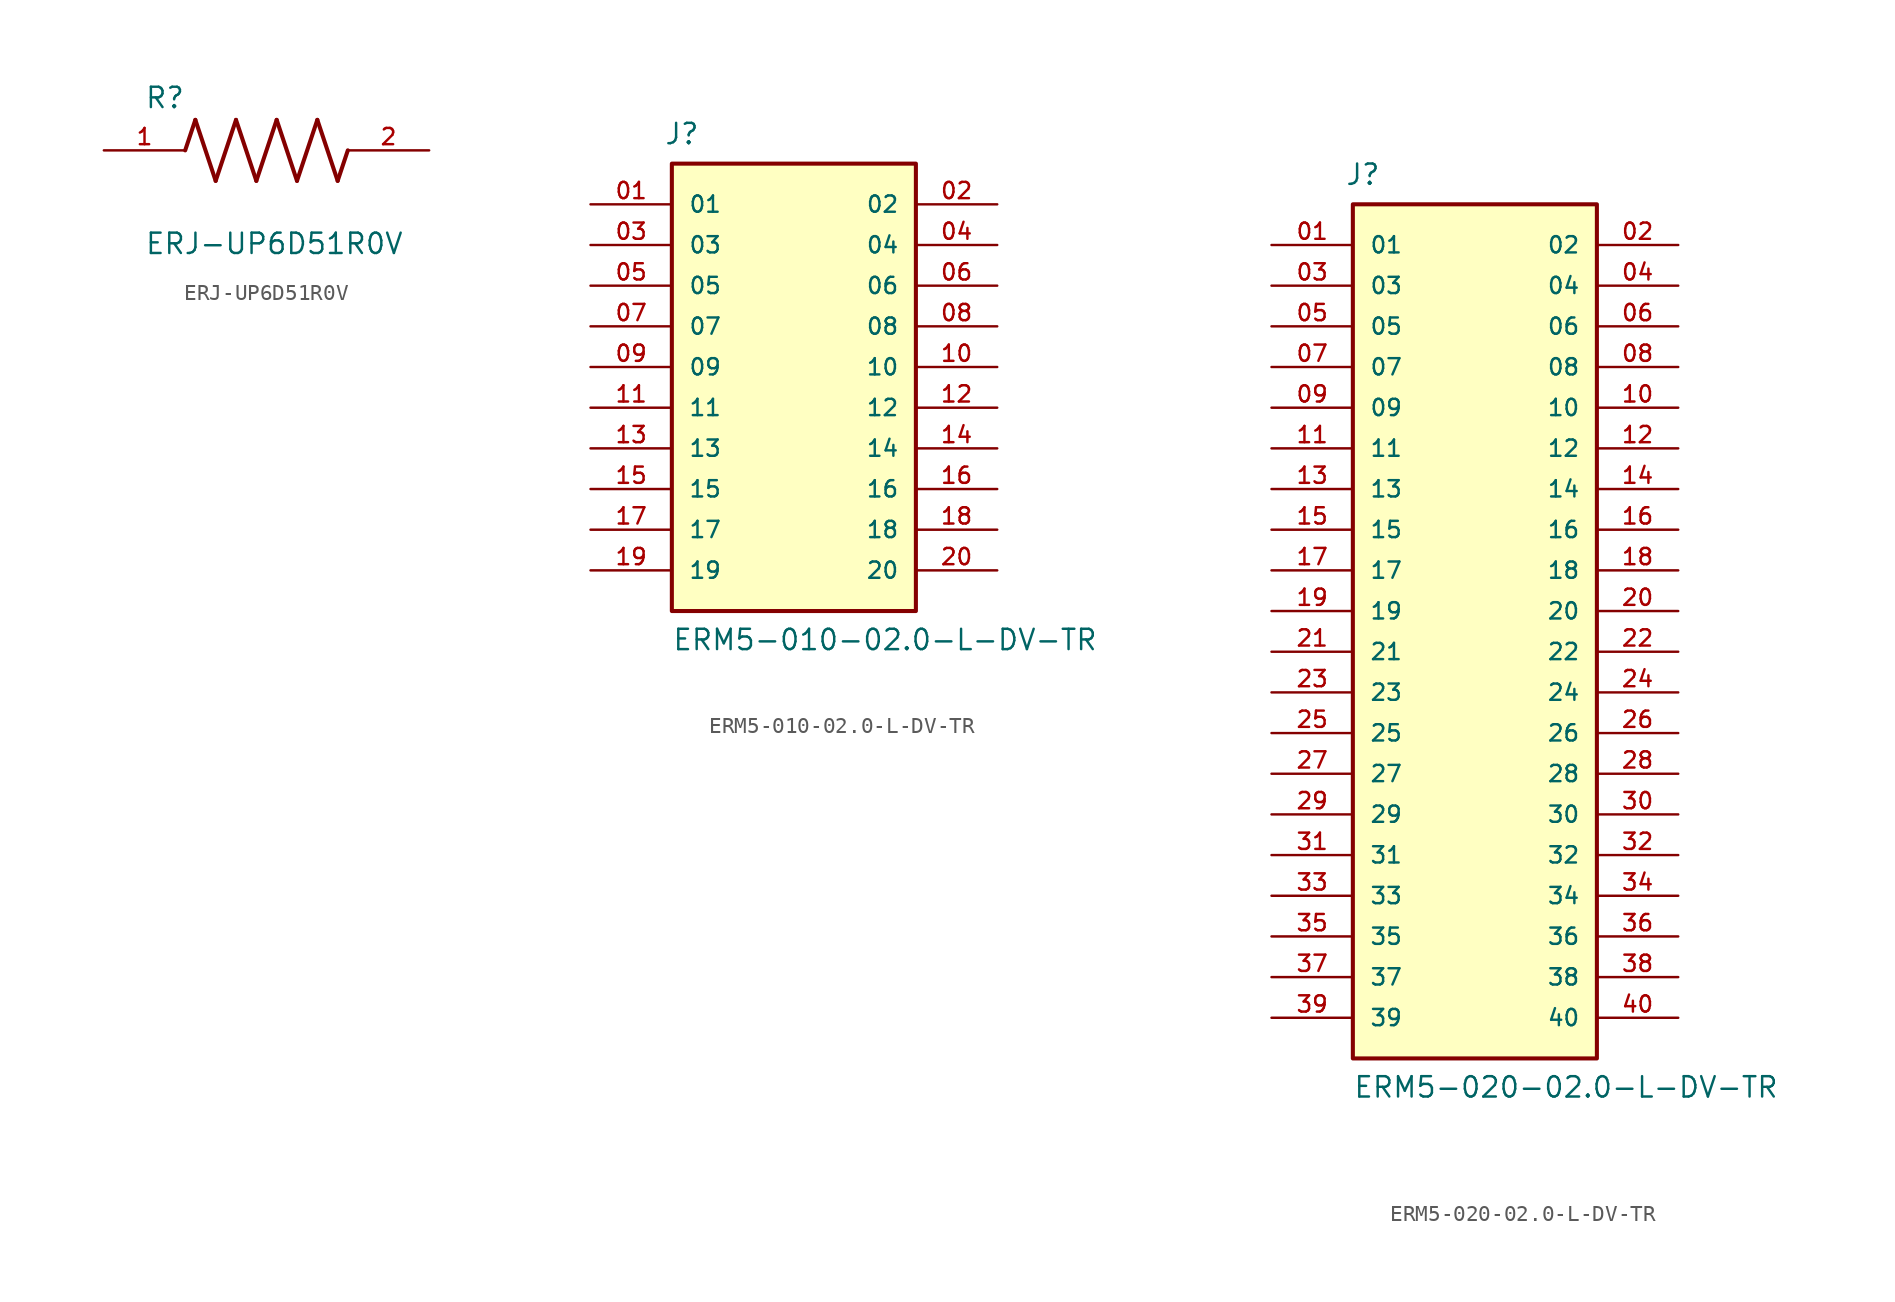
<source format=kicad_sym>
(kicad_symbol_lib
  (version 20231120)
  (generator "kicad_symbol_editor")
  (generator_version "8.0")
  (symbol "ERJ-UP6D51R0V"
    (pin_names
      (offset 1.016))
    (property "Reference" "R"
      (at -7.624 2.541 0)
      (effects (font (size 1.27 1.27)) (justify left bottom)))
    (property "Value" "ERJ-UP6D51R0V"
      (at -7.624 -5.087 0)
      (effects (font (size 1.27 1.27)) (justify left top)))
    (symbol "ERJ-UP6D51R0V_0_0"
      (polyline (pts (xy -5.08 0) (xy -4.445 1.905)) (stroke (width 0.254) (type default)) (fill (type none)))
      (polyline (pts (xy -4.445 1.905) (xy -3.175 -1.905)) (stroke (width 0.254) (type default)) (fill (type none)))
      (polyline (pts (xy -3.175 -1.905) (xy -1.905 1.905)) (stroke (width 0.254) (type default)) (fill (type none)))
      (polyline (pts (xy -1.905 1.905) (xy -0.635 -1.905)) (stroke (width 0.254) (type default)) (fill (type none)))
      (polyline (pts (xy -0.635 -1.905) (xy 0.635 1.905)) (stroke (width 0.254) (type default)) (fill (type none)))
      (polyline (pts (xy 0.635 1.905) (xy 1.905 -1.905)) (stroke (width 0.254) (type default)) (fill (type none)))
      (polyline (pts (xy 1.905 -1.905) (xy 3.175 1.905)) (stroke (width 0.254) (type default)) (fill (type none)))
      (polyline (pts (xy 3.175 1.905) (xy 4.445 -1.905)) (stroke (width 0.254) (type default)) (fill (type none)))
      (polyline (pts (xy 4.445 -1.905) (xy 5.08 0)) (stroke (width 0.254) (type default)) (fill (type none)))
      (pin passive line (at -10.16 0 0) (length 5.08) (name "~" (effects (font (size 1.016 1.016)))) (number "1" (effects (font (size 1.016 1.016)))))
      (pin passive line (at 10.16 0 180) (length 5.08) (name "~" (effects (font (size 1.016 1.016)))) (number "2" (effects (font (size 1.016 1.016)))))))
  (symbol "ERM5-010-02.0-L-DV-TR"
    (pin_names
      (offset 1.016))
    (property "Reference" "J"
      (at -8.12 13.816 0)
      (effects (font (size 1.27 1.27)) (justify left bottom)))
    (property "Value" "ERM5-010-02.0-L-DV-TR"
      (at -7.62 -17.78 0)
      (effects (font (size 1.27 1.27)) (justify left bottom)))
    (symbol "ERM5-010-02.0-L-DV-TR_0_0"
      (rectangle (start -7.62 12.7) (end 7.62 -15.24) (stroke (width 0.254) (type default)) (fill (type background)))
      (pin passive line (at -12.7 10.16 0) (length 5.08) (name "01" (effects (font (size 1.016 1.016)))) (number "01" (effects (font (size 1.016 1.016)))))
      (pin passive line (at 12.7 10.16 180) (length 5.08) (name "02" (effects (font (size 1.016 1.016)))) (number "02" (effects (font (size 1.016 1.016)))))
      (pin passive line (at -12.7 7.62 0) (length 5.08) (name "03" (effects (font (size 1.016 1.016)))) (number "03" (effects (font (size 1.016 1.016)))))
      (pin passive line (at 12.7 7.62 180) (length 5.08) (name "04" (effects (font (size 1.016 1.016)))) (number "04" (effects (font (size 1.016 1.016)))))
      (pin passive line (at -12.7 5.08 0) (length 5.08) (name "05" (effects (font (size 1.016 1.016)))) (number "05" (effects (font (size 1.016 1.016)))))
      (pin passive line (at 12.7 5.08 180) (length 5.08) (name "06" (effects (font (size 1.016 1.016)))) (number "06" (effects (font (size 1.016 1.016)))))
      (pin passive line (at -12.7 2.54 0) (length 5.08) (name "07" (effects (font (size 1.016 1.016)))) (number "07" (effects (font (size 1.016 1.016)))))
      (pin passive line (at 12.7 2.54 180) (length 5.08) (name "08" (effects (font (size 1.016 1.016)))) (number "08" (effects (font (size 1.016 1.016)))))
      (pin passive line (at -12.7 0 0) (length 5.08) (name "09" (effects (font (size 1.016 1.016)))) (number "09" (effects (font (size 1.016 1.016)))))
      (pin passive line (at 12.7 0 180) (length 5.08) (name "10" (effects (font (size 1.016 1.016)))) (number "10" (effects (font (size 1.016 1.016)))))
      (pin passive line (at -12.7 -2.54 0) (length 5.08) (name "11" (effects (font (size 1.016 1.016)))) (number "11" (effects (font (size 1.016 1.016)))))
      (pin passive line (at 12.7 -2.54 180) (length 5.08) (name "12" (effects (font (size 1.016 1.016)))) (number "12" (effects (font (size 1.016 1.016)))))
      (pin passive line (at -12.7 -5.08 0) (length 5.08) (name "13" (effects (font (size 1.016 1.016)))) (number "13" (effects (font (size 1.016 1.016)))))
      (pin passive line (at 12.7 -5.08 180) (length 5.08) (name "14" (effects (font (size 1.016 1.016)))) (number "14" (effects (font (size 1.016 1.016)))))
      (pin passive line (at -12.7 -7.62 0) (length 5.08) (name "15" (effects (font (size 1.016 1.016)))) (number "15" (effects (font (size 1.016 1.016)))))
      (pin passive line (at 12.7 -7.62 180) (length 5.08) (name "16" (effects (font (size 1.016 1.016)))) (number "16" (effects (font (size 1.016 1.016)))))
      (pin passive line (at -12.7 -10.16 0) (length 5.08) (name "17" (effects (font (size 1.016 1.016)))) (number "17" (effects (font (size 1.016 1.016)))))
      (pin passive line (at 12.7 -10.16 180) (length 5.08) (name "18" (effects (font (size 1.016 1.016)))) (number "18" (effects (font (size 1.016 1.016)))))
      (pin passive line (at -12.7 -12.7 0) (length 5.08) (name "19" (effects (font (size 1.016 1.016)))) (number "19" (effects (font (size 1.016 1.016)))))
      (pin passive line (at 12.7 -12.7 180) (length 5.08) (name "20" (effects (font (size 1.016 1.016)))) (number "20" (effects (font (size 1.016 1.016)))))))
  (symbol "ERM5-020-02.0-L-DV-TR"
    (pin_names
      (offset 1.016))
    (property "Reference" "J"
      (at -8.12 26.516 0)
      (effects (font (size 1.27 1.27)) (justify left bottom)))
    (property "Value" "ERM5-020-02.0-L-DV-TR"
      (at -7.62 -30.48 0)
      (effects (font (size 1.27 1.27)) (justify left bottom)))
    (symbol "ERM5-020-02.0-L-DV-TR_0_0"
      (rectangle (start -7.62 -27.94) (end 7.62 25.4) (stroke (width 0.254) (type default)) (fill (type background)))
      (pin passive line (at -12.7 22.86 0) (length 5.08) (name "01" (effects (font (size 1.016 1.016)))) (number "01" (effects (font (size 1.016 1.016)))))
      (pin passive line (at 12.7 22.86 180) (length 5.08) (name "02" (effects (font (size 1.016 1.016)))) (number "02" (effects (font (size 1.016 1.016)))))
      (pin passive line (at -12.7 20.32 0) (length 5.08) (name "03" (effects (font (size 1.016 1.016)))) (number "03" (effects (font (size 1.016 1.016)))))
      (pin passive line (at 12.7 20.32 180) (length 5.08) (name "04" (effects (font (size 1.016 1.016)))) (number "04" (effects (font (size 1.016 1.016)))))
      (pin passive line (at -12.7 17.78 0) (length 5.08) (name "05" (effects (font (size 1.016 1.016)))) (number "05" (effects (font (size 1.016 1.016)))))
      (pin passive line (at 12.7 17.78 180) (length 5.08) (name "06" (effects (font (size 1.016 1.016)))) (number "06" (effects (font (size 1.016 1.016)))))
      (pin passive line (at -12.7 15.24 0) (length 5.08) (name "07" (effects (font (size 1.016 1.016)))) (number "07" (effects (font (size 1.016 1.016)))))
      (pin passive line (at 12.7 15.24 180) (length 5.08) (name "08" (effects (font (size 1.016 1.016)))) (number "08" (effects (font (size 1.016 1.016)))))
      (pin passive line (at -12.7 12.7 0) (length 5.08) (name "09" (effects (font (size 1.016 1.016)))) (number "09" (effects (font (size 1.016 1.016)))))
      (pin passive line (at 12.7 12.7 180) (length 5.08) (name "10" (effects (font (size 1.016 1.016)))) (number "10" (effects (font (size 1.016 1.016)))))
      (pin passive line (at -12.7 10.16 0) (length 5.08) (name "11" (effects (font (size 1.016 1.016)))) (number "11" (effects (font (size 1.016 1.016)))))
      (pin passive line (at 12.7 10.16 180) (length 5.08) (name "12" (effects (font (size 1.016 1.016)))) (number "12" (effects (font (size 1.016 1.016)))))
      (pin passive line (at -12.7 7.62 0) (length 5.08) (name "13" (effects (font (size 1.016 1.016)))) (number "13" (effects (font (size 1.016 1.016)))))
      (pin passive line (at 12.7 7.62 180) (length 5.08) (name "14" (effects (font (size 1.016 1.016)))) (number "14" (effects (font (size 1.016 1.016)))))
      (pin passive line (at -12.7 5.08 0) (length 5.08) (name "15" (effects (font (size 1.016 1.016)))) (number "15" (effects (font (size 1.016 1.016)))))
      (pin passive line (at 12.7 5.08 180) (length 5.08) (name "16" (effects (font (size 1.016 1.016)))) (number "16" (effects (font (size 1.016 1.016)))))
      (pin passive line (at -12.7 2.54 0) (length 5.08) (name "17" (effects (font (size 1.016 1.016)))) (number "17" (effects (font (size 1.016 1.016)))))
      (pin passive line (at 12.7 2.54 180) (length 5.08) (name "18" (effects (font (size 1.016 1.016)))) (number "18" (effects (font (size 1.016 1.016)))))
      (pin passive line (at -12.7 0 0) (length 5.08) (name "19" (effects (font (size 1.016 1.016)))) (number "19" (effects (font (size 1.016 1.016)))))
      (pin passive line (at 12.7 0 180) (length 5.08) (name "20" (effects (font (size 1.016 1.016)))) (number "20" (effects (font (size 1.016 1.016)))))
      (pin passive line (at -12.7 -2.54 0) (length 5.08) (name "21" (effects (font (size 1.016 1.016)))) (number "21" (effects (font (size 1.016 1.016)))))
      (pin passive line (at 12.7 -2.54 180) (length 5.08) (name "22" (effects (font (size 1.016 1.016)))) (number "22" (effects (font (size 1.016 1.016)))))
      (pin passive line (at -12.7 -5.08 0) (length 5.08) (name "23" (effects (font (size 1.016 1.016)))) (number "23" (effects (font (size 1.016 1.016)))))
      (pin passive line (at 12.7 -5.08 180) (length 5.08) (name "24" (effects (font (size 1.016 1.016)))) (number "24" (effects (font (size 1.016 1.016)))))
      (pin passive line (at -12.7 -7.62 0) (length 5.08) (name "25" (effects (font (size 1.016 1.016)))) (number "25" (effects (font (size 1.016 1.016)))))
      (pin passive line (at 12.7 -7.62 180) (length 5.08) (name "26" (effects (font (size 1.016 1.016)))) (number "26" (effects (font (size 1.016 1.016)))))
      (pin passive line (at -12.7 -10.16 0) (length 5.08) (name "27" (effects (font (size 1.016 1.016)))) (number "27" (effects (font (size 1.016 1.016)))))
      (pin passive line (at 12.7 -10.16 180) (length 5.08) (name "28" (effects (font (size 1.016 1.016)))) (number "28" (effects (font (size 1.016 1.016)))))
      (pin passive line (at -12.7 -12.7 0) (length 5.08) (name "29" (effects (font (size 1.016 1.016)))) (number "29" (effects (font (size 1.016 1.016)))))
      (pin passive line (at 12.7 -12.7 180) (length 5.08) (name "30" (effects (font (size 1.016 1.016)))) (number "30" (effects (font (size 1.016 1.016)))))
      (pin passive line (at -12.7 -15.24 0) (length 5.08) (name "31" (effects (font (size 1.016 1.016)))) (number "31" (effects (font (size 1.016 1.016)))))
      (pin passive line (at 12.7 -15.24 180) (length 5.08) (name "32" (effects (font (size 1.016 1.016)))) (number "32" (effects (font (size 1.016 1.016)))))
      (pin passive line (at -12.7 -17.78 0) (length 5.08) (name "33" (effects (font (size 1.016 1.016)))) (number "33" (effects (font (size 1.016 1.016)))))
      (pin passive line (at 12.7 -17.78 180) (length 5.08) (name "34" (effects (font (size 1.016 1.016)))) (number "34" (effects (font (size 1.016 1.016)))))
      (pin passive line (at -12.7 -20.32 0) (length 5.08) (name "35" (effects (font (size 1.016 1.016)))) (number "35" (effects (font (size 1.016 1.016)))))
      (pin passive line (at 12.7 -20.32 180) (length 5.08) (name "36" (effects (font (size 1.016 1.016)))) (number "36" (effects (font (size 1.016 1.016)))))
      (pin passive line (at -12.7 -22.86 0) (length 5.08) (name "37" (effects (font (size 1.016 1.016)))) (number "37" (effects (font (size 1.016 1.016)))))
      (pin passive line (at 12.7 -22.86 180) (length 5.08) (name "38" (effects (font (size 1.016 1.016)))) (number "38" (effects (font (size 1.016 1.016)))))
      (pin passive line (at -12.7 -25.4 0) (length 5.08) (name "39" (effects (font (size 1.016 1.016)))) (number "39" (effects (font (size 1.016 1.016)))))
      (pin passive line (at 12.7 -25.4 180) (length 5.08) (name "40" (effects (font (size 1.016 1.016)))) (number "40" (effects (font (size 1.016 1.016))))))))
</source>
